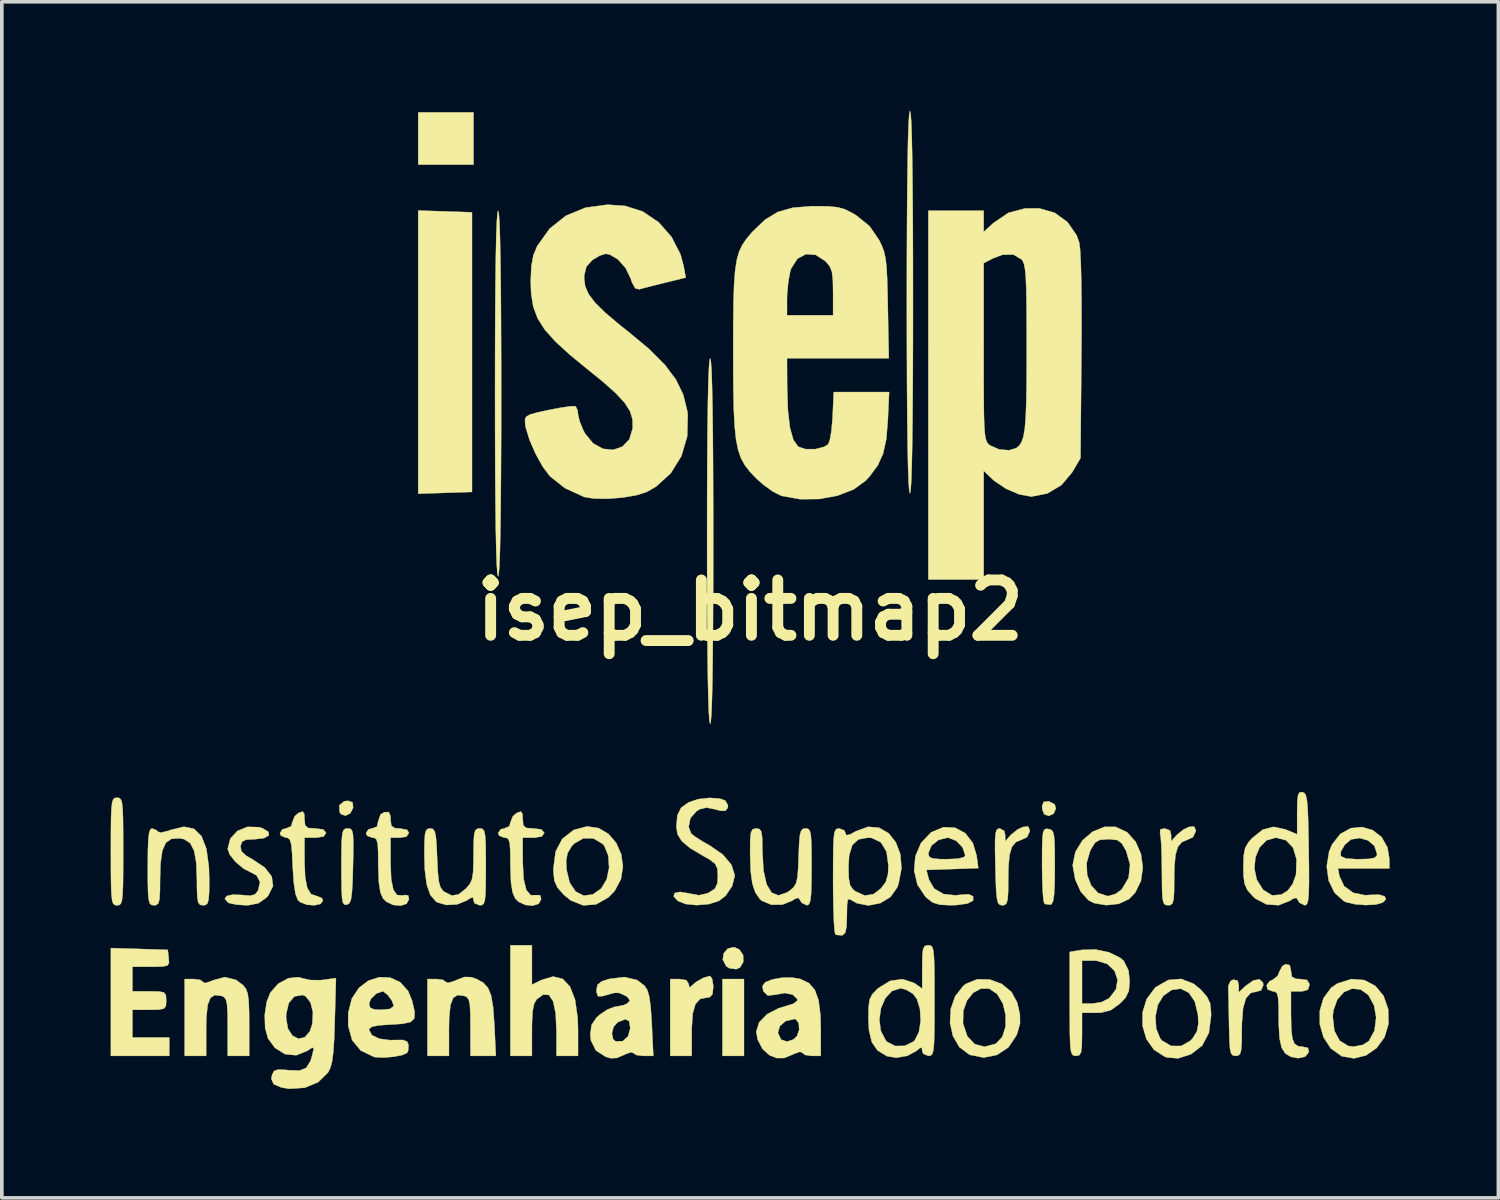
<source format=kicad_pcb>
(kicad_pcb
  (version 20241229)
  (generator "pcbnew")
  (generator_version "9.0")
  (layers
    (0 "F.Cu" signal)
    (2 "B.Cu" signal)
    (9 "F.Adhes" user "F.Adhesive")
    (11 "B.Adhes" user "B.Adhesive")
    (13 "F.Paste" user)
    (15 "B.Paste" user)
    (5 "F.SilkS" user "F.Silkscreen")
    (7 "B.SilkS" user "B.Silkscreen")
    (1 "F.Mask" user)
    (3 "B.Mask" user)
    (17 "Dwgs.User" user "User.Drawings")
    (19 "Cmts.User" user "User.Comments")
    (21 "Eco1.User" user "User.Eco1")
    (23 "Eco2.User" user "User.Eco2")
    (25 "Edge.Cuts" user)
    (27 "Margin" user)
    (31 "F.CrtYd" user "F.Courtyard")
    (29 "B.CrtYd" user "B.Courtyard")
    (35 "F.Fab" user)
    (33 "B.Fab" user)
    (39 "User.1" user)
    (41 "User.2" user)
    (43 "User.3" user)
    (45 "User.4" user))
  (footprint "isep_bitmap2"
    (layer "F.Cu")
    (at 17.616 13.763)
    (property "Reference" "isep_bitmap2" (at 0 0 0) (layer "F.SilkS") (effects (font (size 1.524 1.524) (thickness 0.3))))
    (attr through_hole)
    (fp_poly (pts (xy -7.62 -12.277) (xy -9.144 -12.277) (xy -9.144 -13.716) (xy -7.62 -13.716) (xy -7.62 -12.277)) (stroke (width 0.01) (type solid)) (fill yes) (layer "F.SilkS"))
    (fp_poly (pts (xy -0.169 12.277) (xy -0.762 12.277) (xy -0.762 10.16) (xy -0.169 10.16) (xy -0.169 12.277)) (stroke (width 0.01) (type solid)) (fill yes) (layer "F.SilkS"))
    (fp_poly (pts (xy -8.403 -10.989) (xy -7.662 -10.964) (xy -7.662 -3.26) (xy -8.403 -3.235) (xy -9.144 -3.211) (xy -9.144 -11.013) (xy -8.403 -10.989)) (stroke (width 0.01) (type solid)) (fill yes) (layer "F.SilkS"))
    (fp_poly (pts (xy -10.953 5.292) (xy -10.937 5.439) (xy -11.014 5.593) (xy -11.147 5.659) (xy -11.273 5.617) (xy -11.311 5.556) (xy -11.317 5.369) (xy -11.184 5.263) (xy -11.08 5.249) (xy -10.953 5.292)) (stroke (width 0.01) (type solid)) (fill yes) (layer "F.SilkS"))
    (fp_poly (pts (xy 8.393 5.349) (xy 8.424 5.46) (xy 8.362 5.605) (xy 8.226 5.666) (xy 8.103 5.619) (xy 8.052 5.492) (xy 8.043 5.399) (xy 8.089 5.278) (xy 8.234 5.265) (xy 8.393 5.349)) (stroke (width 0.01) (type solid)) (fill yes) (layer "F.SilkS"))
    (fp_poly (pts (xy -0.3 9.343) (xy -0.192 9.5) (xy -0.188 9.69) (xy -0.278 9.842) (xy -0.382 9.888) (xy -0.573 9.861) (xy -0.657 9.808) (xy -0.753 9.627) (xy -0.727 9.449) (xy -0.613 9.32) (xy -0.444 9.282) (xy -0.3 9.343)) (stroke (width 0.01) (type solid)) (fill yes) (layer "F.SilkS"))
    (fp_poly (pts (xy 8.219 6.027) (xy 8.294 6.048) (xy 8.343 6.103) (xy 8.373 6.221) (xy 8.389 6.431) (xy 8.394 6.762) (xy 8.395 7.07) (xy 8.391 7.521) (xy 8.376 7.826) (xy 8.348 8.01) (xy 8.305 8.096) (xy 8.278 8.11) (xy 8.134 8.095) (xy 8.103 8.074) (xy 8.08 7.971) (xy 8.061 7.734) (xy 8.048 7.398) (xy 8.043 7.007) (xy 8.045 6.581) (xy 8.052 6.297) (xy 8.071 6.128) (xy 8.105 6.045) (xy 8.16 6.021) (xy 8.219 6.027)) (stroke (width 0.01) (type solid)) (fill yes) (layer "F.SilkS"))
    (fp_poly (pts (xy -11.017 6.02) (xy -10.97 6.064) (xy -10.942 6.171) (xy -10.932 6.37) (xy -10.933 6.688) (xy -10.941 7.047) (xy -10.953 7.487) (xy -10.971 7.785) (xy -10.997 7.969) (xy -11.037 8.067) (xy -11.095 8.108) (xy -11.113 8.112) (xy -11.174 8.11) (xy -11.216 8.059) (xy -11.242 7.931) (xy -11.255 7.702) (xy -11.26 7.345) (xy -11.261 7.076) (xy -11.259 6.635) (xy -11.252 6.337) (xy -11.234 6.152) (xy -11.202 6.055) (xy -11.15 6.017) (xy -11.089 6.011) (xy -11.017 6.02)) (stroke (width 0.01) (type solid)) (fill yes) (layer "F.SilkS"))
    (fp_poly (pts (xy -6.011 10.316) (xy -5.745 10.184) (xy -5.427 10.091) (xy -5.165 10.155) (xy -4.962 10.369) (xy -4.823 10.729) (xy -4.751 11.23) (xy -4.741 11.536) (xy -4.741 12.277) (xy -5.334 12.277) (xy -5.334 11.594) (xy -5.357 11.105) (xy -5.427 10.774) (xy -5.541 10.6) (xy -5.698 10.587) (xy -5.878 10.716) (xy -5.95 10.839) (xy -5.992 11.051) (xy -6.01 11.386) (xy -6.011 11.563) (xy -6.011 12.277) (xy -6.604 12.277) (xy -6.604 9.229) (xy -6.011 9.229) (xy -6.011 10.316)) (stroke (width 0.01) (type solid)) (fill yes) (layer "F.SilkS"))
    (fp_poly (pts (xy -1.047 10.15) (xy -1.017 10.333) (xy -1.016 10.372) (xy -1.036 10.577) (xy -1.111 10.659) (xy -1.179 10.668) (xy -1.376 10.709) (xy -1.506 10.848) (xy -1.58 11.105) (xy -1.608 11.502) (xy -1.609 11.605) (xy -1.609 12.277) (xy -2.201 12.277) (xy -2.201 10.16) (xy -1.947 10.16) (xy -1.756 10.191) (xy -1.692 10.296) (xy -1.692 10.308) (xy -1.668 10.395) (xy -1.629 10.363) (xy -1.491 10.241) (xy -1.288 10.128) (xy -1.112 10.075) (xy -1.106 10.075) (xy -1.047 10.15)) (stroke (width 0.01) (type solid)) (fill yes) (layer "F.SilkS"))
    (fp_poly (pts (xy -16.828 9.331) (xy -16.044 9.356) (xy -16.018 9.588) (xy -16.01 9.717) (xy -16.05 9.786) (xy -16.175 9.815) (xy -16.423 9.821) (xy -16.504 9.821) (xy -17.018 9.821) (xy -17.018 10.499) (xy -16.552 10.499) (xy -16.286 10.503) (xy -16.148 10.531) (xy -16.095 10.605) (xy -16.087 10.749) (xy -16.087 10.753) (xy -16.094 10.898) (xy -16.146 10.973) (xy -16.282 11.002) (xy -16.545 11.007) (xy -17.018 11.007) (xy -17.018 11.769) (xy -16.002 11.769) (xy -16.002 12.277) (xy -17.611 12.277) (xy -17.611 9.307) (xy -16.828 9.331)) (stroke (width 0.01) (type solid)) (fill yes) (layer "F.SilkS"))
    (fp_poly (pts (xy -17.38 5.172) (xy -17.336 5.21) (xy -17.306 5.301) (xy -17.287 5.469) (xy -17.277 5.738) (xy -17.273 6.13) (xy -17.272 6.646) (xy -17.273 7.179) (xy -17.277 7.567) (xy -17.288 7.831) (xy -17.307 7.996) (xy -17.337 8.085) (xy -17.382 8.121) (xy -17.441 8.128) (xy -17.502 8.121) (xy -17.547 8.083) (xy -17.577 7.992) (xy -17.596 7.823) (xy -17.606 7.555) (xy -17.61 7.163) (xy -17.611 6.646) (xy -17.61 6.113) (xy -17.606 5.726) (xy -17.595 5.462) (xy -17.576 5.297) (xy -17.545 5.208) (xy -17.5 5.171) (xy -17.441 5.165) (xy -17.38 5.172)) (stroke (width 0.01) (type solid)) (fill yes) (layer "F.SilkS"))
    (fp_poly (pts (xy -14.164 10.183) (xy -13.968 10.331) (xy -13.891 10.429) (xy -13.842 10.56) (xy -13.815 10.762) (xy -13.803 11.07) (xy -13.801 11.388) (xy -13.801 12.277) (xy -14.393 12.277) (xy -14.393 11.478) (xy -14.396 11.103) (xy -14.41 10.864) (xy -14.441 10.726) (xy -14.497 10.655) (xy -14.567 10.624) (xy -14.746 10.601) (xy -14.869 10.678) (xy -14.944 10.873) (xy -14.98 11.205) (xy -14.986 11.525) (xy -14.986 12.277) (xy -15.579 12.277) (xy -15.579 10.16) (xy -15.325 10.16) (xy -15.146 10.185) (xy -15.071 10.246) (xy -15.071 10.247) (xy -15.006 10.271) (xy -14.845 10.216) (xy -14.808 10.198) (xy -14.475 10.107) (xy -14.164 10.183)) (stroke (width 0.01) (type solid)) (fill yes) (layer "F.SilkS"))
    (fp_poly (pts (xy -7.683 10.108) (xy -7.538 10.159) (xy -7.352 10.26) (xy -7.222 10.402) (xy -7.135 10.616) (xy -7.081 10.934) (xy -7.048 11.387) (xy -7.044 11.45) (xy -7.005 12.277) (xy -7.705 12.277) (xy -7.705 11.478) (xy -7.708 11.103) (xy -7.721 10.864) (xy -7.753 10.726) (xy -7.808 10.655) (xy -7.878 10.624) (xy -8.057 10.601) (xy -8.18 10.678) (xy -8.255 10.873) (xy -8.291 11.205) (xy -8.297 11.525) (xy -8.297 12.277) (xy -8.89 12.277) (xy -8.89 10.16) (xy -8.636 10.16) (xy -8.458 10.184) (xy -8.382 10.242) (xy -8.382 10.243) (xy -8.316 10.265) (xy -8.151 10.215) (xy -8.092 10.188) (xy -7.866 10.103) (xy -7.683 10.108)) (stroke (width 0.01) (type solid)) (fill yes) (layer "F.SilkS"))
    (fp_poly (pts (xy -6.923 -10.922) (xy -6.905 -10.671) (xy -6.891 -10.254) (xy -6.879 -9.675) (xy -6.869 -8.934) (xy -6.863 -8.035) (xy -6.859 -6.979) (xy -6.858 -5.969) (xy -6.859 -4.783) (xy -6.864 -3.751) (xy -6.871 -2.877) (xy -6.88 -2.161) (xy -6.893 -1.607) (xy -6.908 -1.217) (xy -6.926 -0.991) (xy -6.943 -0.931) (xy -6.963 -1.016) (xy -6.98 -1.267) (xy -6.995 -1.684) (xy -7.007 -2.263) (xy -7.016 -3.004) (xy -7.023 -3.903) (xy -7.026 -4.959) (xy -7.027 -5.969) (xy -7.026 -7.155) (xy -7.022 -8.187) (xy -7.015 -9.061) (xy -7.005 -9.777) (xy -6.993 -10.331) (xy -6.977 -10.721) (xy -6.96 -10.947) (xy -6.943 -11.007) (xy -6.923 -10.922)) (stroke (width 0.01) (type solid)) (fill yes) (layer "F.SilkS"))
    (fp_poly (pts (xy -1.081 -6.858) (xy -1.063 -6.607) (xy -1.049 -6.19) (xy -1.037 -5.611) (xy -1.027 -4.87) (xy -1.021 -3.971) (xy -1.017 -2.915) (xy -1.016 -1.905) (xy -1.017 -0.719) (xy -1.022 0.313) (xy -1.029 1.187) (xy -1.038 1.903) (xy -1.051 2.457) (xy -1.066 2.847) (xy -1.084 3.073) (xy -1.101 3.133) (xy -1.121 3.048) (xy -1.138 2.797) (xy -1.153 2.38) (xy -1.165 1.801) (xy -1.174 1.06) (xy -1.181 0.161) (xy -1.184 -0.895) (xy -1.185 -1.905) (xy -1.184 -3.091) (xy -1.18 -4.123) (xy -1.173 -4.997) (xy -1.163 -5.713) (xy -1.151 -6.267) (xy -1.135 -6.657) (xy -1.118 -6.883) (xy -1.101 -6.943) (xy -1.081 -6.858)) (stroke (width 0.01) (type solid)) (fill yes) (layer "F.SilkS"))
    (fp_poly (pts (xy 14.129 10.257) (xy 14.139 10.329) (xy 14.079 10.472) (xy 13.983 10.499) (xy 13.79 10.544) (xy 13.659 10.693) (xy 13.581 10.964) (xy 13.549 11.376) (xy 13.547 11.543) (xy 13.544 11.897) (xy 13.529 12.114) (xy 13.497 12.228) (xy 13.438 12.271) (xy 13.377 12.277) (xy 13.302 12.265) (xy 13.252 12.21) (xy 13.221 12.081) (xy 13.205 11.85) (xy 13.196 11.485) (xy 13.194 11.388) (xy 13.187 11.003) (xy 13.181 10.671) (xy 13.175 10.436) (xy 13.173 10.352) (xy 13.236 10.214) (xy 13.314 10.176) (xy 13.432 10.204) (xy 13.462 10.338) (xy 13.462 10.528) (xy 13.658 10.344) (xy 13.867 10.198) (xy 14.035 10.168) (xy 14.129 10.257)) (stroke (width 0.01) (type solid)) (fill yes) (layer "F.SilkS"))
    (fp_poly (pts (xy 7.704 6.056) (xy 7.705 6.089) (xy 7.63 6.251) (xy 7.491 6.316) (xy 7.323 6.387) (xy 7.212 6.519) (xy 7.147 6.742) (xy 7.117 7.084) (xy 7.112 7.403) (xy 7.109 7.755) (xy 7.094 7.97) (xy 7.06 8.082) (xy 7 8.124) (xy 6.948 8.128) (xy 6.879 8.116) (xy 6.831 8.063) (xy 6.8 7.941) (xy 6.779 7.723) (xy 6.765 7.381) (xy 6.757 7.07) (xy 6.748 6.629) (xy 6.749 6.33) (xy 6.763 6.146) (xy 6.794 6.05) (xy 6.843 6.015) (xy 6.879 6.011) (xy 7.003 6.08) (xy 7.027 6.19) (xy 7.027 6.369) (xy 7.176 6.197) (xy 7.363 6.043) (xy 7.514 5.971) (xy 7.659 5.956) (xy 7.704 6.056)) (stroke (width 0.01) (type solid)) (fill yes) (layer "F.SilkS"))
    (fp_poly (pts (xy 12.276 6.056) (xy 12.277 6.089) (xy 12.202 6.251) (xy 12.063 6.316) (xy 11.895 6.387) (xy 11.784 6.519) (xy 11.719 6.742) (xy 11.689 7.084) (xy 11.684 7.403) (xy 11.681 7.754) (xy 11.666 7.97) (xy 11.633 8.081) (xy 11.573 8.123) (xy 11.515 8.128) (xy 11.44 8.117) (xy 11.392 8.065) (xy 11.363 7.943) (xy 11.35 7.72) (xy 11.346 7.369) (xy 11.345 7.204) (xy 11.341 6.813) (xy 11.329 6.478) (xy 11.311 6.239) (xy 11.294 6.145) (xy 11.3 6.038) (xy 11.421 6.011) (xy 11.567 6.065) (xy 11.599 6.19) (xy 11.599 6.369) (xy 11.748 6.197) (xy 11.935 6.043) (xy 12.086 5.971) (xy 12.231 5.956) (xy 12.276 6.056)) (stroke (width 0.01) (type solid)) (fill yes) (layer "F.SilkS"))
    (fp_poly (pts (xy 4.422 -13.687) (xy 4.44 -13.447) (xy 4.454 -13.039) (xy 4.466 -12.464) (xy 4.475 -11.723) (xy 4.482 -10.816) (xy 4.486 -9.744) (xy 4.487 -8.514) (xy 4.486 -7.294) (xy 4.482 -6.229) (xy 4.475 -5.322) (xy 4.466 -4.574) (xy 4.454 -3.988) (xy 4.44 -3.565) (xy 4.423 -3.308) (xy 4.403 -3.217) (xy 4.403 -3.217) (xy 4.383 -3.302) (xy 4.366 -3.553) (xy 4.351 -3.97) (xy 4.339 -4.551) (xy 4.33 -5.292) (xy 4.323 -6.193) (xy 4.319 -7.252) (xy 4.318 -8.462) (xy 4.319 -9.66) (xy 4.323 -10.711) (xy 4.33 -11.613) (xy 4.34 -12.361) (xy 4.351 -12.953) (xy 4.366 -13.385) (xy 4.383 -13.654) (xy 4.402 -13.758) (xy 4.403 -13.758) (xy 4.422 -13.687)) (stroke (width 0.01) (type solid)) (fill yes) (layer "F.SilkS"))
    (fp_poly (pts (xy 16.923 10.189) (xy 17.226 10.35) (xy 17.453 10.624) (xy 17.58 10.994) (xy 17.588 11.399) (xy 17.478 11.765) (xy 17.26 12.061) (xy 16.969 12.263) (xy 16.639 12.346) (xy 16.306 12.288) (xy 16.298 12.285) (xy 16 12.073) (xy 15.798 11.767) (xy 15.696 11.407) (xy 15.695 11.199) (xy 16.052 11.199) (xy 16.097 11.585) (xy 16.242 11.858) (xy 16.477 12.003) (xy 16.626 12.023) (xy 16.884 11.973) (xy 17.046 11.869) (xy 17.202 11.582) (xy 17.248 11.22) (xy 17.19 10.887) (xy 17.033 10.599) (xy 16.821 10.448) (xy 16.587 10.424) (xy 16.361 10.519) (xy 16.178 10.723) (xy 16.069 11.027) (xy 16.052 11.199) (xy 15.695 11.199) (xy 15.695 11.033) (xy 15.798 10.685) (xy 16.007 10.402) (xy 16.179 10.283) (xy 16.566 10.161) (xy 16.923 10.189)) (stroke (width 0.01) (type solid)) (fill yes) (layer "F.SilkS"))
    (fp_poly (pts (xy -9.91 5.666) (xy -9.906 5.765) (xy -9.884 5.94) (xy -9.783 6.004) (xy -9.652 6.011) (xy -9.45 6.049) (xy -9.398 6.138) (xy -9.474 6.239) (xy -9.652 6.265) (xy -9.906 6.265) (xy -9.906 6.975) (xy -9.888 7.414) (xy -9.83 7.699) (xy -9.728 7.844) (xy -9.575 7.859) (xy -9.526 7.844) (xy -9.421 7.856) (xy -9.398 7.961) (xy -9.465 8.087) (xy -9.628 8.139) (xy -9.834 8.118) (xy -10.026 8.028) (xy -10.113 7.94) (xy -10.187 7.767) (xy -10.229 7.49) (xy -10.244 7.078) (xy -10.245 7.008) (xy -10.248 6.652) (xy -10.261 6.432) (xy -10.294 6.316) (xy -10.352 6.271) (xy -10.414 6.265) (xy -10.552 6.212) (xy -10.583 6.138) (xy -10.513 6.035) (xy -10.414 6.011) (xy -10.279 5.959) (xy -10.245 5.81) (xy -10.181 5.623) (xy -10.075 5.563) (xy -9.954 5.56) (xy -9.91 5.666)) (stroke (width 0.01) (type solid)) (fill yes) (layer "F.SilkS"))
    (fp_poly (pts (xy -4.173 6.002) (xy -3.901 6.163) (xy -3.689 6.411) (xy -3.552 6.719) (xy -3.504 7.059) (xy -3.558 7.404) (xy -3.728 7.728) (xy -3.903 7.91) (xy -4.243 8.103) (xy -4.597 8.131) (xy -4.941 7.995) (xy -5.131 7.84) (xy -5.307 7.641) (xy -5.392 7.456) (xy -5.418 7.204) (xy -5.419 7.112) (xy -5.391 6.9) (xy -5.068 6.9) (xy -5.057 7.149) (xy -4.97 7.509) (xy -4.805 7.751) (xy -4.584 7.862) (xy -4.333 7.828) (xy -4.102 7.666) (xy -3.952 7.416) (xy -3.885 7.094) (xy -3.906 6.765) (xy -4.015 6.494) (xy -4.064 6.435) (xy -4.318 6.285) (xy -4.596 6.284) (xy -4.851 6.43) (xy -4.913 6.498) (xy -5.028 6.686) (xy -5.068 6.9) (xy -5.391 6.9) (xy -5.359 6.649) (xy -5.177 6.3) (xy -4.871 6.061) (xy -4.847 6.049) (xy -4.493 5.955) (xy -4.173 6.002)) (stroke (width 0.01) (type solid)) (fill yes) (layer "F.SilkS"))
    (fp_poly (pts (xy 6.605 10.174) (xy 6.935 10.296) (xy 7.203 10.518) (xy 7.36 10.812) (xy 7.433 11.134) (xy 7.436 11.381) (xy 7.367 11.633) (xy 7.331 11.722) (xy 7.114 12.044) (xy 6.802 12.25) (xy 6.437 12.324) (xy 6.06 12.25) (xy 6.038 12.241) (xy 5.764 12.034) (xy 5.587 11.728) (xy 5.508 11.368) (xy 5.865 11.368) (xy 5.87 11.4) (xy 5.986 11.74) (xy 6.188 11.953) (xy 6.454 12.026) (xy 6.76 11.945) (xy 6.775 11.937) (xy 6.946 11.758) (xy 7.035 11.481) (xy 7.041 11.156) (xy 6.964 10.835) (xy 6.805 10.572) (xy 6.588 10.425) (xy 6.36 10.422) (xy 6.147 10.537) (xy 5.977 10.748) (xy 5.874 11.033) (xy 5.865 11.368) (xy 5.508 11.368) (xy 5.508 11.364) (xy 5.528 10.984) (xy 5.651 10.631) (xy 5.878 10.344) (xy 5.945 10.292) (xy 6.259 10.166) (xy 6.605 10.174)) (stroke (width 0.01) (type solid)) (fill yes) (layer "F.SilkS"))
    (fp_poly (pts (xy -13.531 5.976) (xy -13.436 6.005) (xy -13.271 6.105) (xy -13.26 6.202) (xy -13.387 6.276) (xy -13.639 6.308) (xy -13.653 6.308) (xy -13.886 6.321) (xy -13.998 6.377) (xy -14.039 6.494) (xy -14.018 6.636) (xy -13.886 6.762) (xy -13.727 6.852) (xy -13.375 7.085) (xy -13.179 7.336) (xy -13.144 7.597) (xy -13.274 7.858) (xy -13.331 7.92) (xy -13.543 8.071) (xy -13.814 8.125) (xy -13.903 8.127) (xy -14.157 8.109) (xy -14.348 8.068) (xy -14.383 8.052) (xy -14.473 7.95) (xy -14.421 7.873) (xy -14.251 7.834) (xy -14.017 7.844) (xy -13.775 7.864) (xy -13.641 7.828) (xy -13.556 7.721) (xy -13.555 7.721) (xy -13.502 7.489) (xy -13.595 7.307) (xy -13.724 7.236) (xy -13.955 7.118) (xy -14.176 6.933) (xy -14.338 6.73) (xy -14.393 6.573) (xy -14.319 6.289) (xy -14.124 6.079) (xy -13.847 5.967) (xy -13.531 5.976)) (stroke (width 0.01) (type solid)) (fill yes) (layer "F.SilkS"))
    (fp_poly (pts (xy -12.283 5.61) (xy -12.277 5.754) (xy -12.26 5.927) (xy -12.177 5.998) (xy -11.98 6.011) (xy -11.761 6.039) (xy -11.685 6.127) (xy -11.684 6.138) (xy -11.748 6.232) (xy -11.953 6.265) (xy -11.98 6.265) (xy -12.277 6.265) (xy -12.277 6.906) (xy -12.259 7.353) (xy -12.201 7.652) (xy -12.097 7.82) (xy -11.941 7.874) (xy -11.935 7.874) (xy -11.799 7.928) (xy -11.769 8.001) (xy -11.838 8.092) (xy -12.007 8.129) (xy -12.212 8.112) (xy -12.395 8.042) (xy -12.457 7.988) (xy -12.525 7.815) (xy -12.574 7.49) (xy -12.602 7.057) (xy -12.619 6.685) (xy -12.642 6.451) (xy -12.678 6.324) (xy -12.734 6.273) (xy -12.793 6.265) (xy -12.926 6.21) (xy -12.954 6.138) (xy -12.883 6.035) (xy -12.785 6.011) (xy -12.643 5.951) (xy -12.615 5.845) (xy -12.547 5.675) (xy -12.446 5.588) (xy -12.328 5.544) (xy -12.283 5.61)) (stroke (width 0.01) (type solid)) (fill yes) (layer "F.SilkS"))
    (fp_poly (pts (xy -6.272 5.61) (xy -6.265 5.754) (xy -6.249 5.927) (xy -6.166 5.998) (xy -5.969 6.011) (xy -5.75 6.039) (xy -5.673 6.127) (xy -5.673 6.138) (xy -5.737 6.232) (xy -5.942 6.265) (xy -5.969 6.265) (xy -6.265 6.265) (xy -6.265 6.926) (xy -6.241 7.396) (xy -6.168 7.704) (xy -6.045 7.851) (xy -5.897 7.848) (xy -5.784 7.85) (xy -5.757 7.961) (xy -5.824 8.087) (xy -5.988 8.139) (xy -6.193 8.118) (xy -6.385 8.028) (xy -6.472 7.94) (xy -6.546 7.767) (xy -6.588 7.49) (xy -6.604 7.078) (xy -6.604 7.008) (xy -6.607 6.652) (xy -6.621 6.432) (xy -6.653 6.316) (xy -6.711 6.271) (xy -6.773 6.265) (xy -6.911 6.212) (xy -6.943 6.138) (xy -6.872 6.035) (xy -6.773 6.011) (xy -6.631 5.951) (xy -6.604 5.845) (xy -6.536 5.675) (xy -6.435 5.588) (xy -6.317 5.544) (xy -6.272 5.61)) (stroke (width 0.01) (type solid)) (fill yes) (layer "F.SilkS"))
    (fp_poly (pts (xy 9.888 9.424) (xy 10.195 9.573) (xy 10.295 9.661) (xy 10.426 9.926) (xy 10.456 10.218) (xy 10.434 10.487) (xy 10.342 10.678) (xy 10.18 10.844) (xy 9.937 11.018) (xy 9.675 11.085) (xy 9.524 11.091) (xy 9.144 11.091) (xy 9.144 11.684) (xy 9.139 11.995) (xy 9.119 12.174) (xy 9.072 12.256) (xy 8.988 12.277) (xy 8.975 12.277) (xy 8.913 12.269) (xy 8.868 12.231) (xy 8.838 12.137) (xy 8.819 11.966) (xy 8.81 11.692) (xy 8.806 11.293) (xy 8.805 10.845) (xy 8.805 9.652) (xy 9.144 9.652) (xy 9.144 10.837) (xy 9.431 10.837) (xy 9.685 10.794) (xy 9.893 10.689) (xy 10.08 10.443) (xy 10.124 10.178) (xy 10.039 9.933) (xy 9.842 9.745) (xy 9.548 9.655) (xy 9.477 9.652) (xy 9.144 9.652) (xy 8.805 9.652) (xy 8.805 9.413) (xy 9.134 9.357) (xy 9.513 9.346) (xy 9.888 9.424)) (stroke (width 0.01) (type solid)) (fill yes) (layer "F.SilkS"))
    (fp_poly (pts (xy 10.387 6.116) (xy 10.621 6.377) (xy 10.768 6.713) (xy 10.819 7.085) (xy 10.768 7.454) (xy 10.608 7.782) (xy 10.439 7.957) (xy 10.157 8.088) (xy 9.81 8.125) (xy 9.478 8.068) (xy 9.323 7.99) (xy 9.111 7.756) (xy 8.958 7.42) (xy 8.891 7.051) (xy 8.89 7.009) (xy 8.9 6.962) (xy 9.271 6.962) (xy 9.286 7.293) (xy 9.396 7.581) (xy 9.586 7.787) (xy 9.84 7.873) (xy 9.864 7.874) (xy 10.071 7.814) (xy 10.24 7.69) (xy 10.428 7.372) (xy 10.467 7.002) (xy 10.359 6.629) (xy 10.241 6.423) (xy 10.114 6.331) (xy 9.907 6.308) (xy 9.864 6.308) (xy 9.639 6.324) (xy 9.503 6.402) (xy 9.388 6.588) (xy 9.368 6.629) (xy 9.271 6.962) (xy 8.9 6.962) (xy 8.963 6.653) (xy 9.156 6.34) (xy 9.434 6.101) (xy 9.76 5.968) (xy 10.072 5.968) (xy 10.387 6.116)) (stroke (width 0.01) (type solid)) (fill yes) (layer "F.SilkS"))
    (fp_poly (pts (xy 12.223 10.293) (xy 12.412 10.448) (xy 12.588 10.647) (xy 12.674 10.832) (xy 12.699 11.084) (xy 12.7 11.176) (xy 12.639 11.643) (xy 12.455 11.993) (xy 12.149 12.229) (xy 12.141 12.233) (xy 11.79 12.345) (xy 11.476 12.317) (xy 11.43 12.302) (xy 11.127 12.109) (xy 10.919 11.814) (xy 10.813 11.455) (xy 10.813 11.194) (xy 11.167 11.194) (xy 11.187 11.523) (xy 11.296 11.794) (xy 11.345 11.853) (xy 11.599 12.003) (xy 11.878 12.004) (xy 12.132 11.858) (xy 12.194 11.79) (xy 12.31 11.602) (xy 12.35 11.388) (xy 12.338 11.139) (xy 12.251 10.779) (xy 12.086 10.537) (xy 11.866 10.426) (xy 11.614 10.46) (xy 11.384 10.622) (xy 11.233 10.872) (xy 11.167 11.194) (xy 10.813 11.194) (xy 10.813 11.075) (xy 10.925 10.711) (xy 11.153 10.405) (xy 11.184 10.378) (xy 11.525 10.185) (xy 11.878 10.157) (xy 12.223 10.293)) (stroke (width 0.01) (type solid)) (fill yes) (layer "F.SilkS"))
    (fp_poly (pts (xy 14.867 9.776) (xy 14.901 9.929) (xy 14.901 9.942) (xy 14.927 10.098) (xy 15.041 10.155) (xy 15.155 10.16) (xy 15.341 10.187) (xy 15.407 10.286) (xy 15.409 10.329) (xy 15.369 10.453) (xy 15.221 10.497) (xy 15.155 10.499) (xy 14.901 10.499) (xy 14.901 11.127) (xy 14.909 11.53) (xy 14.938 11.793) (xy 14.998 11.944) (xy 15.1 12.011) (xy 15.213 12.023) (xy 15.369 12.056) (xy 15.394 12.171) (xy 15.294 12.297) (xy 15.098 12.341) (xy 14.901 12.304) (xy 14.746 12.212) (xy 14.644 12.054) (xy 14.587 11.8) (xy 14.564 11.419) (xy 14.563 11.244) (xy 14.56 10.887) (xy 14.546 10.666) (xy 14.514 10.55) (xy 14.456 10.505) (xy 14.393 10.499) (xy 14.257 10.445) (xy 14.231 10.329) (xy 14.315 10.217) (xy 14.389 10.186) (xy 14.533 10.076) (xy 14.579 9.962) (xy 14.661 9.804) (xy 14.753 9.752) (xy 14.867 9.776)) (stroke (width 0.01) (type solid)) (fill yes) (layer "F.SilkS"))
    (fp_poly (pts (xy 17.149 6.056) (xy 17.396 6.247) (xy 17.561 6.536) (xy 17.611 6.854) (xy 17.611 7.112) (xy 16.195 7.112) (xy 16.236 7.326) (xy 16.367 7.602) (xy 16.615 7.784) (xy 16.945 7.851) (xy 17.078 7.842) (xy 17.325 7.835) (xy 17.481 7.88) (xy 17.517 7.962) (xy 17.431 8.052) (xy 17.241 8.107) (xy 16.96 8.122) (xy 16.66 8.098) (xy 16.414 8.04) (xy 16.361 8.016) (xy 16.1 7.78) (xy 15.938 7.445) (xy 15.886 7.055) (xy 15.951 6.652) (xy 16.272 6.652) (xy 16.275 6.775) (xy 16.413 6.838) (xy 16.7 6.858) (xy 16.764 6.858) (xy 17.053 6.85) (xy 17.209 6.819) (xy 17.268 6.755) (xy 17.272 6.716) (xy 17.201 6.492) (xy 17.023 6.34) (xy 16.791 6.275) (xy 16.557 6.314) (xy 16.388 6.454) (xy 16.272 6.652) (xy 15.951 6.652) (xy 15.951 6.651) (xy 16.035 6.449) (xy 16.263 6.16) (xy 16.548 6.004) (xy 16.854 5.972) (xy 17.149 6.056)) (stroke (width 0.01) (type solid)) (fill yes) (layer "F.SilkS"))
    (fp_poly (pts (xy -15.321 6.021) (xy -15.115 6.223) (xy -14.979 6.572) (xy -14.911 7.074) (xy -14.901 7.406) (xy -14.904 7.756) (xy -14.919 7.971) (xy -14.953 8.082) (xy -15.013 8.123) (xy -15.071 8.128) (xy -15.154 8.114) (xy -15.205 8.05) (xy -15.231 7.903) (xy -15.24 7.638) (xy -15.241 7.429) (xy -15.259 6.954) (xy -15.318 6.624) (xy -15.426 6.415) (xy -15.593 6.307) (xy -15.721 6.282) (xy -15.942 6.297) (xy -16.097 6.405) (xy -16.195 6.626) (xy -16.244 6.978) (xy -16.256 7.385) (xy -16.259 7.742) (xy -16.273 7.962) (xy -16.305 8.077) (xy -16.363 8.122) (xy -16.425 8.128) (xy -16.496 8.118) (xy -16.543 8.071) (xy -16.572 7.959) (xy -16.588 7.754) (xy -16.594 7.429) (xy -16.595 7.07) (xy -16.591 6.617) (xy -16.579 6.309) (xy -16.556 6.122) (xy -16.518 6.031) (xy -16.475 6.011) (xy -16.348 6.062) (xy -16.326 6.097) (xy -16.234 6.127) (xy -16.021 6.074) (xy -15.957 6.05) (xy -15.601 5.964) (xy -15.321 6.021)) (stroke (width 0.01) (type solid)) (fill yes) (layer "F.SilkS"))
    (fp_poly (pts (xy 5.647 5.991) (xy 5.927 6.141) (xy 6.136 6.412) (xy 6.24 6.757) (xy 6.287 7.105) (xy 5.572 7.13) (xy 4.857 7.154) (xy 4.926 7.419) (xy 5.07 7.668) (xy 5.329 7.819) (xy 5.667 7.855) (xy 5.792 7.839) (xy 6.029 7.825) (xy 6.143 7.881) (xy 6.144 7.998) (xy 5.99 8.08) (xy 5.689 8.122) (xy 5.518 8.127) (xy 5.226 8.112) (xy 5.029 8.051) (xy 4.857 7.918) (xy 4.83 7.891) (xy 4.61 7.561) (xy 4.519 7.174) (xy 4.553 6.775) (xy 4.585 6.702) (xy 4.911 6.702) (xy 4.933 6.79) (xy 5.026 6.837) (xy 5.227 6.856) (xy 5.419 6.858) (xy 5.733 6.844) (xy 5.895 6.8) (xy 5.927 6.75) (xy 5.854 6.532) (xy 5.677 6.35) (xy 5.46 6.266) (xy 5.442 6.265) (xy 5.192 6.327) (xy 4.997 6.483) (xy 4.911 6.686) (xy 4.911 6.702) (xy 4.585 6.702) (xy 4.708 6.411) (xy 4.98 6.125) (xy 4.995 6.114) (xy 5.326 5.976) (xy 5.647 5.991)) (stroke (width 0.01) (type solid)) (fill yes) (layer "F.SilkS"))
    (fp_poly (pts (xy -9.917 10.121) (xy -9.641 10.247) (xy -9.421 10.492) (xy -9.313 10.755) (xy -9.244 11.055) (xy -9.249 11.242) (xy -9.355 11.346) (xy -9.584 11.394) (xy -9.886 11.413) (xy -10.223 11.435) (xy -10.417 11.473) (xy -10.494 11.533) (xy -10.499 11.558) (xy -10.422 11.705) (xy -10.215 11.805) (xy -9.917 11.844) (xy -9.795 11.84) (xy -9.562 11.838) (xy -9.448 11.886) (xy -9.412 11.97) (xy -9.421 12.137) (xy -9.454 12.197) (xy -9.592 12.257) (xy -9.83 12.302) (xy -10.097 12.324) (xy -10.322 12.313) (xy -10.368 12.303) (xy -10.729 12.129) (xy -10.965 11.843) (xy -11.074 11.446) (xy -11.071 11.082) (xy -11.009 10.84) (xy -10.499 10.84) (xy -10.469 10.949) (xy -10.352 10.998) (xy -10.16 11.007) (xy -9.92 10.984) (xy -9.825 10.91) (xy -9.821 10.886) (xy -9.873 10.749) (xy -9.987 10.596) (xy -10.105 10.504) (xy -10.129 10.499) (xy -10.301 10.562) (xy -10.449 10.707) (xy -10.499 10.84) (xy -11.009 10.84) (xy -10.972 10.697) (xy -10.776 10.402) (xy -10.515 10.204) (xy -10.218 10.109) (xy -9.917 10.121)) (stroke (width 0.01) (type solid)) (fill yes) (layer "F.SilkS"))
    (fp_poly (pts (xy -0.834 5.189) (xy -0.686 5.242) (xy -0.609 5.373) (xy -0.618 5.446) (xy -0.68 5.525) (xy -0.81 5.525) (xy -0.964 5.484) (xy -1.201 5.436) (xy -1.384 5.481) (xy -1.477 5.535) (xy -1.647 5.728) (xy -1.692 5.967) (xy -1.629 6.145) (xy -1.525 6.232) (xy -1.319 6.364) (xy -1.115 6.48) (xy -0.754 6.728) (xy -0.517 7.008) (xy -0.424 7.293) (xy -0.423 7.315) (xy -0.494 7.598) (xy -0.673 7.863) (xy -0.859 8.007) (xy -1.137 8.095) (xy -1.468 8.124) (xy -1.78 8.092) (xy -1.995 8.007) (xy -2.107 7.879) (xy -2.077 7.791) (xy -1.93 7.759) (xy -1.691 7.799) (xy -1.682 7.802) (xy -1.417 7.852) (xy -1.19 7.803) (xy -1.134 7.777) (xy -0.971 7.672) (xy -0.902 7.525) (xy -0.889 7.323) (xy -0.901 7.118) (xy -0.964 6.984) (xy -1.116 6.867) (xy -1.283 6.773) (xy -1.65 6.555) (xy -1.88 6.364) (xy -2 6.172) (xy -2.032 5.963) (xy -2.004 5.649) (xy -1.903 5.444) (xy -1.7 5.295) (xy -1.687 5.289) (xy -1.426 5.203) (xy -1.116 5.169) (xy -0.834 5.189)) (stroke (width 0.01) (type solid)) (fill yes) (layer "F.SilkS"))
    (fp_poly (pts (xy 1.379 10.157) (xy 1.616 10.269) (xy 1.782 10.456) (xy 1.885 10.741) (xy 1.937 11.149) (xy 1.947 11.554) (xy 1.947 12.277) (xy 1.693 12.277) (xy 1.515 12.252) (xy 1.439 12.191) (xy 1.439 12.19) (xy 1.375 12.163) (xy 1.213 12.22) (xy 1.19 12.232) (xy 0.938 12.336) (xy 0.732 12.337) (xy 0.539 12.262) (xy 0.344 12.09) (xy 0.207 11.826) (xy 0.175 11.64) (xy 0.766 11.64) (xy 0.85 11.823) (xy 0.857 11.83) (xy 1.013 11.883) (xy 1.195 11.824) (xy 1.29 11.733) (xy 1.352 11.559) (xy 1.34 11.381) (xy 1.263 11.271) (xy 1.222 11.261) (xy 0.979 11.317) (xy 0.818 11.457) (xy 0.766 11.64) (xy 0.175 11.64) (xy 0.169 11.607) (xy 0.249 11.354) (xy 0.465 11.13) (xy 0.787 10.964) (xy 0.925 10.923) (xy 1.195 10.839) (xy 1.303 10.751) (xy 1.301 10.712) (xy 1.172 10.588) (xy 0.949 10.545) (xy 0.696 10.592) (xy 0.485 10.615) (xy 0.364 10.496) (xy 0.34 10.354) (xy 0.415 10.251) (xy 0.608 10.172) (xy 0.871 10.124) (xy 1.153 10.119) (xy 1.379 10.157)) (stroke (width 0.01) (type solid)) (fill yes) (layer "F.SilkS"))
    (fp_poly (pts (xy 1.596 6.022) (xy 1.643 6.071) (xy 1.672 6.187) (xy 1.687 6.396) (xy 1.693 6.727) (xy 1.693 7.07) (xy 1.69 7.517) (xy 1.68 7.82) (xy 1.658 8.006) (xy 1.622 8.1) (xy 1.569 8.128) (xy 1.564 8.128) (xy 1.422 8.06) (xy 1.386 8.002) (xy 1.332 7.922) (xy 1.236 7.95) (xy 1.158 8.002) (xy 0.882 8.112) (xy 0.58 8.111) (xy 0.322 8.003) (xy 0.267 7.953) (xy 0.143 7.774) (xy 0.062 7.532) (xy 0.016 7.194) (xy 0.000294 6.727) (xy 0 6.636) (xy 0.004 6.314) (xy 0.023 6.127) (xy 0.066 6.038) (xy 0.143 6.012) (xy 0.169 6.011) (xy 0.257 6.027) (xy 0.307 6.096) (xy 0.332 6.255) (xy 0.338 6.539) (xy 0.339 6.634) (xy 0.368 7.165) (xy 0.453 7.548) (xy 0.591 7.779) (xy 0.781 7.856) (xy 1.02 7.773) (xy 1.09 7.726) (xy 1.196 7.635) (xy 1.263 7.529) (xy 1.303 7.367) (xy 1.324 7.109) (xy 1.337 6.786) (xy 1.351 6.419) (xy 1.372 6.191) (xy 1.408 6.068) (xy 1.465 6.019) (xy 1.527 6.011) (xy 1.596 6.022)) (stroke (width 0.01) (type solid)) (fill yes) (layer "F.SilkS"))
    (fp_poly (pts (xy -7.38 6.021) (xy -7.333 6.068) (xy -7.304 6.181) (xy -7.288 6.386) (xy -7.282 6.711) (xy -7.281 7.07) (xy -7.283 7.509) (xy -7.29 7.806) (xy -7.308 7.989) (xy -7.341 8.086) (xy -7.393 8.123) (xy -7.451 8.128) (xy -7.59 8.073) (xy -7.62 7.996) (xy -7.635 7.912) (xy -7.711 7.932) (xy -7.808 7.996) (xy -8.068 8.102) (xy -8.366 8.12) (xy -8.621 8.047) (xy -8.658 8.022) (xy -8.811 7.841) (xy -8.91 7.555) (xy -8.963 7.144) (xy -8.975 6.725) (xy -8.971 6.376) (xy -8.956 6.164) (xy -8.921 6.054) (xy -8.859 6.015) (xy -8.814 6.011) (xy -8.738 6.027) (xy -8.688 6.094) (xy -8.657 6.245) (xy -8.636 6.509) (xy -8.623 6.823) (xy -8.604 7.214) (xy -8.576 7.471) (xy -8.531 7.63) (xy -8.462 7.727) (xy -8.429 7.754) (xy -8.219 7.86) (xy -8.03 7.828) (xy -7.828 7.666) (xy -7.725 7.548) (xy -7.663 7.415) (xy -7.632 7.223) (xy -7.621 6.929) (xy -7.62 6.735) (xy -7.617 6.384) (xy -7.602 6.169) (xy -7.569 6.058) (xy -7.508 6.016) (xy -7.451 6.011) (xy -7.38 6.021)) (stroke (width 0.01) (type solid)) (fill yes) (layer "F.SilkS"))
    (fp_poly (pts (xy -12.326 10.142) (xy -12.116 10.188) (xy -11.841 10.191) (xy -11.769 10.183) (xy -11.41 10.135) (xy -11.443 11.317) (xy -11.46 11.818) (xy -11.484 12.181) (xy -11.518 12.434) (xy -11.565 12.61) (xy -11.628 12.734) (xy -11.898 13) (xy -12.266 13.154) (xy -12.691 13.183) (xy -12.912 13.148) (xy -13.126 13.056) (xy -13.191 12.909) (xy -13.17 12.798) (xy -13.115 12.694) (xy -13.007 12.654) (xy -12.795 12.663) (xy -12.714 12.672) (xy -12.412 12.682) (xy -12.226 12.605) (xy -12.11 12.413) (xy -12.059 12.241) (xy -12.024 12.074) (xy -12.061 12.047) (xy -12.198 12.136) (xy -12.504 12.26) (xy -12.813 12.23) (xy -13.091 12.057) (xy -13.283 11.795) (xy -13.362 11.507) (xy -13.37 11.22) (xy -12.785 11.22) (xy -12.735 11.523) (xy -12.61 11.72) (xy -12.443 11.804) (xy -12.271 11.766) (xy -12.127 11.598) (xy -12.06 11.391) (xy -12.045 11.074) (xy -12.111 10.807) (xy -12.244 10.636) (xy -12.336 10.6) (xy -12.557 10.64) (xy -12.71 10.821) (xy -12.781 11.124) (xy -12.785 11.22) (xy -13.37 11.22) (xy -13.372 11.144) (xy -13.317 10.785) (xy -13.218 10.534) (xy -12.997 10.286) (xy -12.721 10.137) (xy -12.442 10.108) (xy -12.326 10.142)) (stroke (width 0.01) (type solid)) (fill yes) (layer "F.SilkS"))
    (fp_poly (pts (xy -3.114 10.188) (xy -2.909 10.343) (xy -2.832 10.462) (xy -2.778 10.645) (xy -2.74 10.924) (xy -2.712 11.334) (xy -2.709 11.396) (xy -2.667 12.277) (xy -2.942 12.277) (xy -3.129 12.255) (xy -3.217 12.203) (xy -3.217 12.197) (xy -3.281 12.176) (xy -3.436 12.231) (xy -3.45 12.239) (xy -3.67 12.334) (xy -3.84 12.342) (xy -3.979 12.301) (xy -4.251 12.126) (xy -4.386 11.851) (xy -4.403 11.678) (xy -4.4 11.66) (xy -3.808 11.66) (xy -3.773 11.82) (xy -3.704 11.877) (xy -3.51 11.872) (xy -3.361 11.737) (xy -3.302 11.512) (xy -3.332 11.32) (xy -3.438 11.268) (xy -3.641 11.346) (xy -3.646 11.348) (xy -3.763 11.479) (xy -3.808 11.66) (xy -4.4 11.66) (xy -4.367 11.422) (xy -4.233 11.224) (xy -4.142 11.141) (xy -3.929 10.999) (xy -3.731 10.924) (xy -3.698 10.921) (xy -3.487 10.881) (xy -3.387 10.834) (xy -3.311 10.756) (xy -3.367 10.67) (xy -3.425 10.624) (xy -3.612 10.541) (xy -3.742 10.541) (xy -3.958 10.601) (xy -4.064 10.631) (xy -4.19 10.636) (xy -4.232 10.522) (xy -4.233 10.465) (xy -4.205 10.319) (xy -4.092 10.226) (xy -3.888 10.158) (xy -3.464 10.105) (xy -3.114 10.188)) (stroke (width 0.01) (type solid)) (fill yes) (layer "F.SilkS"))
    (fp_poly (pts (xy 3.556 5.992) (xy 3.816 6.143) (xy 4.016 6.395) (xy 4.14 6.725) (xy 4.17 7.112) (xy 4.09 7.533) (xy 4.053 7.637) (xy 3.867 7.899) (xy 3.585 8.07) (xy 3.259 8.133) (xy 2.944 8.072) (xy 2.834 8.011) (xy 2.742 7.956) (xy 2.692 7.977) (xy 2.672 8.102) (xy 2.667 8.362) (xy 2.667 8.411) (xy 2.657 8.715) (xy 2.62 8.884) (xy 2.549 8.952) (xy 2.536 8.955) (xy 2.385 8.945) (xy 2.345 8.921) (xy 2.326 8.821) (xy 2.309 8.58) (xy 2.296 8.229) (xy 2.288 7.795) (xy 2.286 7.437) (xy 2.287 7.078) (xy 2.709 7.078) (xy 2.718 7.385) (xy 2.754 7.572) (xy 2.831 7.689) (xy 2.898 7.742) (xy 3.161 7.861) (xy 3.402 7.82) (xy 3.602 7.666) (xy 3.737 7.489) (xy 3.799 7.271) (xy 3.81 7.031) (xy 3.758 6.649) (xy 3.604 6.395) (xy 3.355 6.274) (xy 3.245 6.265) (xy 2.985 6.313) (xy 2.817 6.467) (xy 2.729 6.748) (xy 2.709 7.078) (xy 2.287 7.078) (xy 2.287 6.915) (xy 2.291 6.539) (xy 2.303 6.285) (xy 2.323 6.129) (xy 2.356 6.047) (xy 2.403 6.016) (xy 2.455 6.011) (xy 2.593 6.063) (xy 2.625 6.135) (xy 2.653 6.199) (xy 2.758 6.174) (xy 2.919 6.086) (xy 3.251 5.966) (xy 3.556 5.992)) (stroke (width 0.01) (type solid)) (fill yes) (layer "F.SilkS"))
    (fp_poly (pts (xy 15.272 5.036) (xy 15.311 5.1) (xy 15.34 5.229) (xy 15.36 5.443) (xy 15.374 5.767) (xy 15.384 6.223) (xy 15.39 6.584) (xy 15.397 7.136) (xy 15.397 7.54) (xy 15.389 7.819) (xy 15.372 7.995) (xy 15.343 8.09) (xy 15.302 8.125) (xy 15.282 8.128) (xy 15.138 8.06) (xy 15.102 8.002) (xy 15.048 7.922) (xy 14.952 7.95) (xy 14.874 8.002) (xy 14.562 8.126) (xy 14.226 8.103) (xy 13.916 7.941) (xy 13.838 7.868) (xy 13.698 7.704) (xy 13.624 7.54) (xy 13.594 7.315) (xy 13.59 7.114) (xy 13.893 7.114) (xy 13.959 7.425) (xy 14.13 7.695) (xy 14.141 7.707) (xy 14.381 7.855) (xy 14.634 7.834) (xy 14.81 7.726) (xy 14.946 7.543) (xy 15.036 7.293) (xy 15.041 7.265) (xy 15.054 6.858) (xy 14.959 6.542) (xy 14.765 6.338) (xy 14.486 6.265) (xy 14.485 6.265) (xy 14.228 6.338) (xy 14.037 6.531) (xy 13.923 6.803) (xy 13.893 7.114) (xy 13.59 7.114) (xy 13.589 7.07) (xy 13.598 6.758) (xy 13.638 6.553) (xy 13.727 6.395) (xy 13.831 6.278) (xy 14.125 6.043) (xy 14.421 5.967) (xy 14.754 6.04) (xy 14.774 6.048) (xy 15.071 6.172) (xy 15.071 5.577) (xy 15.076 5.266) (xy 15.096 5.09) (xy 15.141 5.016) (xy 15.219 5.011) (xy 15.272 5.036)) (stroke (width 0.01) (type solid)) (fill yes) (layer "F.SilkS"))
    (fp_poly (pts (xy 4.971 9.236) (xy 5.015 9.273) (xy 5.045 9.363) (xy 5.064 9.528) (xy 5.075 9.792) (xy 5.079 10.178) (xy 5.08 10.709) (xy 5.08 10.753) (xy 5.079 11.294) (xy 5.075 11.69) (xy 5.065 11.962) (xy 5.047 12.134) (xy 5.017 12.228) (xy 4.974 12.268) (xy 4.916 12.277) (xy 4.911 12.277) (xy 4.769 12.219) (xy 4.741 12.137) (xy 4.729 12.044) (xy 4.663 12.07) (xy 4.588 12.136) (xy 4.336 12.274) (xy 4.029 12.327) (xy 3.768 12.284) (xy 3.511 12.127) (xy 3.352 11.898) (xy 3.274 11.565) (xy 3.261 11.276) (xy 3.56 11.276) (xy 3.6 11.586) (xy 3.736 11.849) (xy 3.774 11.89) (xy 3.996 12.005) (xy 4.261 12.001) (xy 4.498 11.884) (xy 4.535 11.848) (xy 4.651 11.619) (xy 4.699 11.311) (xy 4.679 10.986) (xy 4.595 10.709) (xy 4.489 10.568) (xy 4.298 10.454) (xy 4.149 10.414) (xy 3.91 10.489) (xy 3.726 10.686) (xy 3.605 10.962) (xy 3.56 11.276) (xy 3.261 11.276) (xy 3.26 11.245) (xy 3.265 10.928) (xy 3.293 10.726) (xy 3.361 10.585) (xy 3.488 10.451) (xy 3.536 10.407) (xy 3.859 10.21) (xy 4.198 10.163) (xy 4.517 10.268) (xy 4.553 10.292) (xy 4.741 10.424) (xy 4.741 9.826) (xy 4.746 9.513) (xy 4.766 9.333) (xy 4.812 9.251) (xy 4.895 9.229) (xy 4.911 9.229) (xy 4.971 9.236)) (stroke (width 0.01) (type solid)) (fill yes) (layer "F.SilkS"))
    (fp_poly (pts (xy 7.973 -11.071) (xy 8.392 -10.95) (xy 8.744 -10.695) (xy 8.994 -10.334) (xy 9.065 -10.138) (xy 9.09 -9.953) (xy 9.109 -9.612) (xy 9.123 -9.126) (xy 9.13 -8.507) (xy 9.132 -7.769) (xy 9.127 -7.003) (xy 9.102 -4.191) (xy 8.871 -3.799) (xy 8.576 -3.448) (xy 8.19 -3.218) (xy 7.756 -3.133) (xy 7.743 -3.133) (xy 7.42 -3.191) (xy 7.059 -3.344) (xy 6.736 -3.558) (xy 6.668 -3.619) (xy 6.435 -3.842) (xy 6.435 -0.847) (xy 4.911 -0.847) (xy 4.911 -9.563) (xy 6.435 -9.563) (xy 6.435 -7.115) (xy 6.435 -6.407) (xy 6.437 -5.85) (xy 6.441 -5.424) (xy 6.45 -5.11) (xy 6.465 -4.888) (xy 6.486 -4.74) (xy 6.516 -4.646) (xy 6.556 -4.588) (xy 6.608 -4.545) (xy 6.623 -4.534) (xy 6.867 -4.43) (xy 7.136 -4.408) (xy 7.332 -4.467) (xy 7.415 -4.537) (xy 7.48 -4.637) (xy 7.53 -4.786) (xy 7.567 -5.002) (xy 7.592 -5.304) (xy 7.608 -5.713) (xy 7.617 -6.245) (xy 7.62 -6.921) (xy 7.62 -7.206) (xy 7.619 -7.901) (xy 7.615 -8.447) (xy 7.608 -8.862) (xy 7.595 -9.168) (xy 7.576 -9.382) (xy 7.55 -9.525) (xy 7.515 -9.616) (xy 7.48 -9.666) (xy 7.251 -9.801) (xy 6.95 -9.794) (xy 6.684 -9.692) (xy 6.435 -9.563) (xy 4.911 -9.563) (xy 4.911 -11.007) (xy 6.435 -11.007) (xy 6.435 -10.424) (xy 6.707 -10.672) (xy 7.114 -10.948) (xy 7.578 -11.072) (xy 7.973 -11.071)) (stroke (width 0.01) (type solid)) (fill yes) (layer "F.SilkS"))
    (fp_poly (pts (xy 2.155 -11.128) (xy 2.413 -11.103) (xy 2.615 -11.045) (xy 2.817 -10.943) (xy 2.923 -10.879) (xy 3.292 -10.582) (xy 3.551 -10.204) (xy 3.632 -10.038) (xy 3.69 -9.879) (xy 3.731 -9.695) (xy 3.758 -9.455) (xy 3.776 -9.126) (xy 3.788 -8.676) (xy 3.794 -8.364) (xy 3.821 -6.943) (xy 1.016 -6.943) (xy 1.02 -6.16) (xy 1.041 -5.514) (xy 1.097 -5.028) (xy 1.191 -4.696) (xy 1.323 -4.509) (xy 1.325 -4.507) (xy 1.529 -4.439) (xy 1.797 -4.44) (xy 2.045 -4.504) (xy 2.151 -4.573) (xy 2.198 -4.696) (xy 2.24 -4.941) (xy 2.269 -5.26) (xy 2.273 -5.338) (xy 2.304 -6.011) (xy 3.83 -6.011) (xy 3.794 -5.228) (xy 3.751 -4.713) (xy 3.664 -4.317) (xy 3.517 -3.991) (xy 3.291 -3.687) (xy 3.189 -3.575) (xy 2.855 -3.331) (xy 2.41 -3.158) (xy 1.901 -3.065) (xy 1.373 -3.06) (xy 0.873 -3.151) (xy 0.847 -3.159) (xy 0.626 -3.271) (xy 0.36 -3.463) (xy 0.165 -3.638) (xy -0.006 -3.818) (xy -0.143 -3.994) (xy -0.25 -4.187) (xy -0.33 -4.418) (xy -0.388 -4.707) (xy -0.426 -5.076) (xy -0.45 -5.544) (xy -0.462 -6.133) (xy -0.465 -6.863) (xy -0.466 -7.154) (xy -0.464 -7.906) (xy -0.461 -8.128) (xy 1.016 -8.128) (xy 2.286 -8.128) (xy 2.286 -8.767) (xy 2.28 -9.107) (xy 2.253 -9.327) (xy 2.193 -9.476) (xy 2.088 -9.603) (xy 2.078 -9.614) (xy 1.808 -9.791) (xy 1.539 -9.812) (xy 1.303 -9.685) (xy 1.133 -9.42) (xy 1.105 -9.334) (xy 1.052 -9.054) (xy 1.02 -8.714) (xy 1.016 -8.572) (xy 1.016 -8.128) (xy -0.461 -8.128) (xy -0.457 -8.51) (xy -0.441 -8.987) (xy -0.412 -9.359) (xy -0.368 -9.649) (xy -0.304 -9.876) (xy -0.217 -10.062) (xy -0.103 -10.23) (xy 0.04 -10.4) (xy 0.068 -10.431) (xy 0.411 -10.76) (xy 0.763 -10.973) (xy 1.172 -11.09) (xy 1.686 -11.132) (xy 1.785 -11.133) (xy 2.155 -11.128)) (stroke (width 0.01) (type solid)) (fill yes) (layer "F.SilkS"))
    (fp_poly (pts (xy -3.446 -11.141) (xy -2.959 -10.986) (xy -2.523 -10.693) (xy -2.167 -10.289) (xy -1.917 -9.804) (xy -1.829 -9.472) (xy -1.774 -9.165) (xy -2.348 -9.024) (xy -2.656 -8.947) (xy -2.911 -8.882) (xy -3.055 -8.843) (xy -3.163 -8.868) (xy -3.255 -9.032) (xy -3.29 -9.138) (xy -3.43 -9.429) (xy -3.639 -9.665) (xy -3.871 -9.803) (xy -3.979 -9.821) (xy -4.145 -9.771) (xy -4.343 -9.65) (xy -4.349 -9.646) (xy -4.511 -9.468) (xy -4.569 -9.235) (xy -4.572 -9.141) (xy -4.544 -8.923) (xy -4.448 -8.706) (xy -4.268 -8.47) (xy -3.986 -8.193) (xy -3.587 -7.857) (xy -3.351 -7.67) (xy -2.78 -7.195) (xy -2.349 -6.763) (xy -2.042 -6.352) (xy -1.842 -5.94) (xy -1.734 -5.503) (xy -1.718 -5.38) (xy -1.733 -4.79) (xy -1.894 -4.246) (xy -2.186 -3.776) (xy -2.595 -3.404) (xy -2.848 -3.26) (xy -3.133 -3.169) (xy -3.513 -3.105) (xy -3.924 -3.072) (xy -4.3 -3.077) (xy -4.573 -3.122) (xy -5.101 -3.364) (xy -5.52 -3.697) (xy -5.715 -3.959) (xy -5.912 -4.314) (xy -6.077 -4.693) (xy -6.18 -5.03) (xy -6.195 -5.122) (xy -6.203 -5.248) (xy -6.171 -5.331) (xy -6.068 -5.392) (xy -5.86 -5.45) (xy -5.549 -5.518) (xy -5.228 -5.579) (xy -4.972 -5.616) (xy -4.824 -5.624) (xy -4.808 -5.619) (xy -4.754 -5.511) (xy -4.74 -5.393) (xy -4.698 -5.206) (xy -4.595 -4.959) (xy -4.547 -4.868) (xy -4.323 -4.596) (xy -4.053 -4.448) (xy -3.773 -4.42) (xy -3.52 -4.508) (xy -3.328 -4.707) (xy -3.234 -5.014) (xy -3.234 -5.02) (xy -3.239 -5.258) (xy -3.308 -5.484) (xy -3.458 -5.719) (xy -3.705 -5.985) (xy -4.065 -6.305) (xy -4.428 -6.598) (xy -4.959 -7.033) (xy -5.363 -7.402) (xy -5.657 -7.731) (xy -5.855 -8.044) (xy -5.975 -8.367) (xy -6.033 -8.724) (xy -6.045 -9.059) (xy -6.028 -9.471) (xy -5.972 -9.778) (xy -5.866 -10.033) (xy -5.524 -10.513) (xy -5.076 -10.869) (xy -4.539 -11.091) (xy -3.93 -11.174) (xy -3.446 -11.141)) (stroke (width 0.01) (type solid)) (fill yes) (layer "F.SilkS")))
  (gr_rect
    (start -3 -3)
    (end 38.231 29.952)
    (stroke (width 0.1) (type default))
    (fill no)
    (layer "Edge.Cuts")))
</source>
